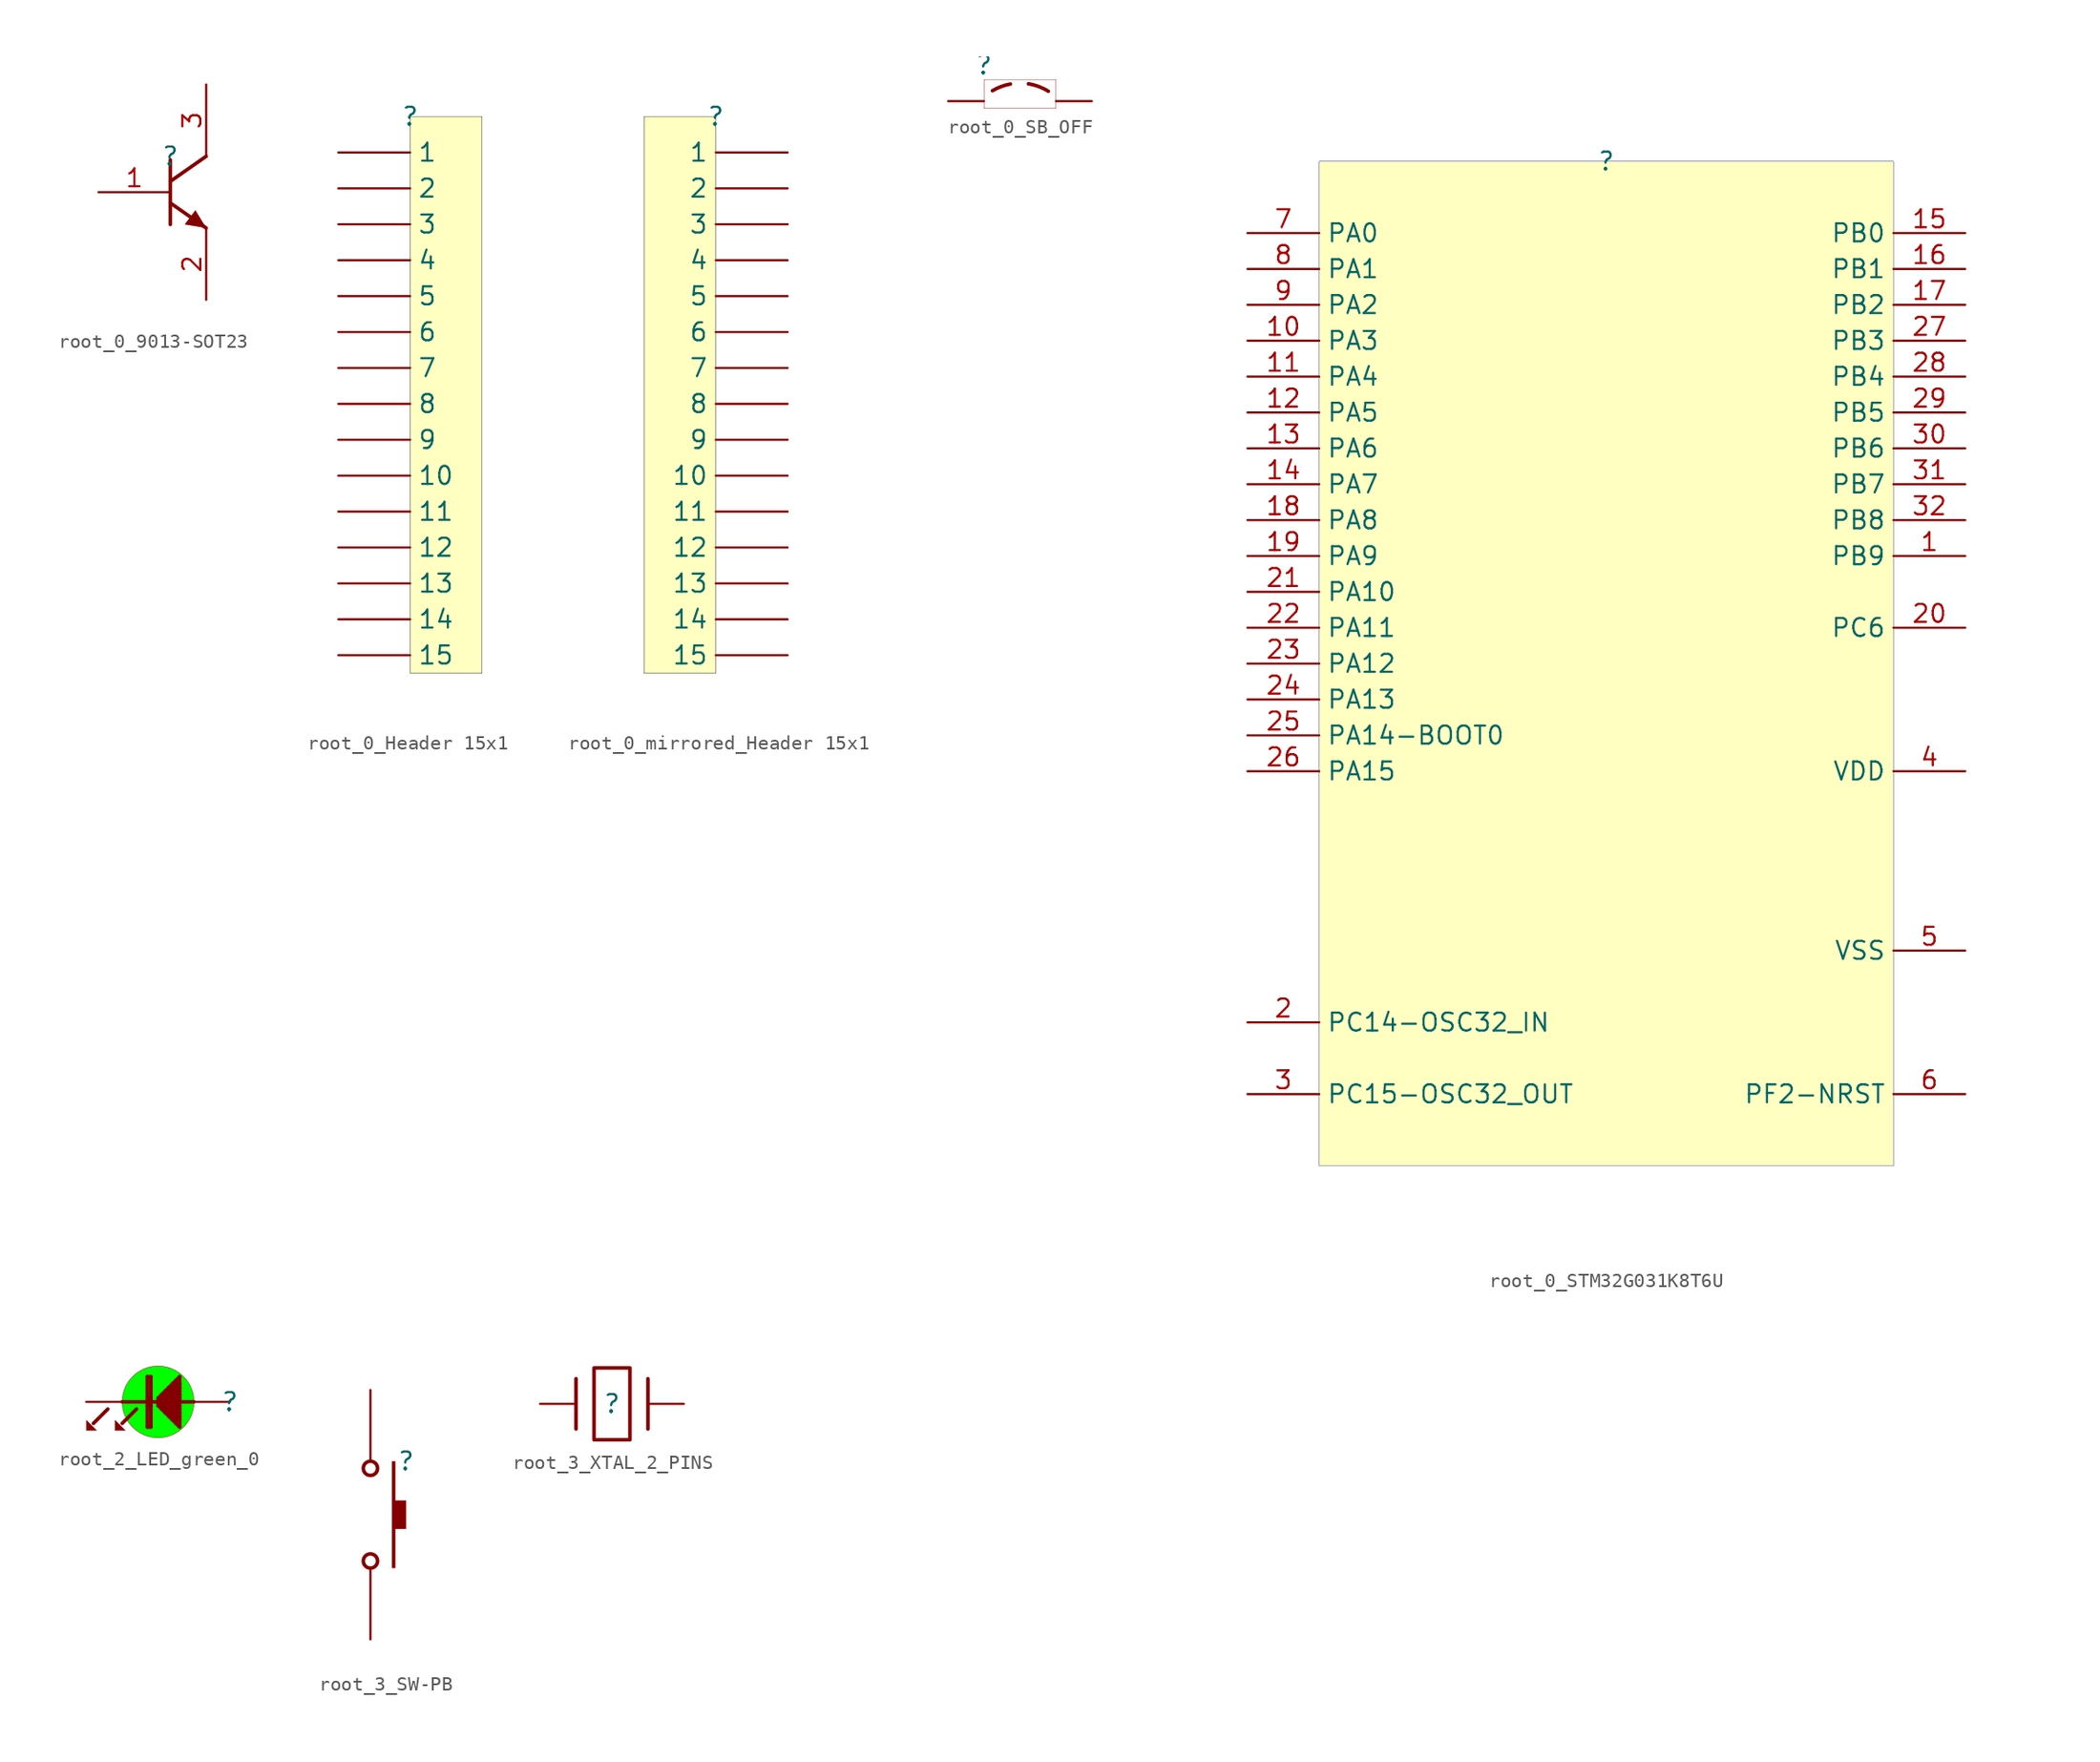
<source format=kicad_sym>
(kicad_symbol_lib
  (version 20231120)
  (generator "kicad_symbol_editor")
  (generator_version "8.0")
  (symbol "root_0_9013-SOT23"
    (property "Reference" ""
      (at 0 0 0)
      (effects (font (size 1.27 1.27))))
    (property "Value" ""
      (at 0 0 0)
      (effects (font (size 1.27 1.27))))
    (symbol "root_0_9013-SOT23_1_0"
      (polyline (pts (xy 0 -3.302) (xy 2.54 -5.08)) (stroke (width 0.254) (type solid)) (fill (type none)))
      (polyline (pts (xy 0 -0.254) (xy 0 -4.826)) (stroke (width 0.254) (type solid)) (fill (type none)))
      (polyline (pts (xy 2.54 0) (xy 0 -1.778)) (stroke (width 0.254) (type solid)) (fill (type none)))
      (polyline (pts (xy 2.54 -5.08) (xy 1.778 -3.81) (xy 1.016 -4.826) (xy 2.54 -5.08)) (stroke (width -0.0001) (type solid)) (fill (type outline)))
      (pin passive line (at -5.08 -2.54 0) (length 5.08) (name "B" (effects (font (size 0 0)))) (number "1" (effects (font (size 1.27 1.27)))))
      (pin passive line (at 2.54 -10.16 90) (length 5.08) (name "E" (effects (font (size 0 0)))) (number "2" (effects (font (size 1.27 1.27)))))
      (pin passive line (at 2.54 5.08 270) (length 5.08) (name "C" (effects (font (size 0 0)))) (number "3" (effects (font (size 1.27 1.27)))))))
  (symbol "root_0_Header 15x1"
    (property "Reference" ""
      (at 0 0 0)
      (effects (font (size 1.27 1.27))))
    (property "Value" ""
      (at 0 0 0)
      (effects (font (size 1.27 1.27))))
    (symbol "root_0_Header 15x1_1_0"
      (rectangle (start 5.08 0) (end 0 -39.37) (stroke (width 0.025) (type solid) (color 0 0 0 1)) (fill (type background)))
      (pin passive line (at -5.08 -2.54 0) (length 5.08) (name "1" (effects (font (size 1.27 1.27)))) (number "1" (effects (font (size 0 0)))))
      (pin passive line (at -5.08 -25.4 0) (length 5.08) (name "10" (effects (font (size 1.27 1.27)))) (number "10" (effects (font (size 0 0)))))
      (pin passive line (at -5.08 -27.94 0) (length 5.08) (name "11" (effects (font (size 1.27 1.27)))) (number "11" (effects (font (size 0 0)))))
      (pin passive line (at -5.08 -30.48 0) (length 5.08) (name "12" (effects (font (size 1.27 1.27)))) (number "12" (effects (font (size 0 0)))))
      (pin passive line (at -5.08 -33.02 0) (length 5.08) (name "13" (effects (font (size 1.27 1.27)))) (number "13" (effects (font (size 0 0)))))
      (pin passive line (at -5.08 -35.56 0) (length 5.08) (name "14" (effects (font (size 1.27 1.27)))) (number "14" (effects (font (size 0 0)))))
      (pin passive line (at -5.08 -38.1 0) (length 5.08) (name "15" (effects (font (size 1.27 1.27)))) (number "15" (effects (font (size 0 0)))))
      (pin passive line (at -5.08 -5.08 0) (length 5.08) (name "2" (effects (font (size 1.27 1.27)))) (number "2" (effects (font (size 0 0)))))
      (pin passive line (at -5.08 -7.62 0) (length 5.08) (name "3" (effects (font (size 1.27 1.27)))) (number "3" (effects (font (size 0 0)))))
      (pin passive line (at -5.08 -10.16 0) (length 5.08) (name "4" (effects (font (size 1.27 1.27)))) (number "4" (effects (font (size 0 0)))))
      (pin passive line (at -5.08 -12.7 0) (length 5.08) (name "5" (effects (font (size 1.27 1.27)))) (number "5" (effects (font (size 0 0)))))
      (pin passive line (at -5.08 -15.24 0) (length 5.08) (name "6" (effects (font (size 1.27 1.27)))) (number "6" (effects (font (size 0 0)))))
      (pin passive line (at -5.08 -17.78 0) (length 5.08) (name "7" (effects (font (size 1.27 1.27)))) (number "7" (effects (font (size 0 0)))))
      (pin passive line (at -5.08 -20.32 0) (length 5.08) (name "8" (effects (font (size 1.27 1.27)))) (number "8" (effects (font (size 0 0)))))
      (pin passive line (at -5.08 -22.86 0) (length 5.08) (name "9" (effects (font (size 1.27 1.27)))) (number "9" (effects (font (size 0 0)))))))
  (symbol "root_0_mirrored_Header 15x1"
    (property "Reference" ""
      (at 0 0 0)
      (effects (font (size 1.27 1.27))))
    (property "Value" ""
      (at 0 0 0)
      (effects (font (size 1.27 1.27))))
    (symbol "root_0_mirrored_Header 15x1_1_0"
      (rectangle (start 0 0) (end -5.08 -39.37) (stroke (width 0.025) (type solid) (color 0 0 0 1)) (fill (type background)))
      (pin passive line (at 5.08 -2.54 180) (length 5.08) (name "1" (effects (font (size 1.27 1.27)))) (number "1" (effects (font (size 0 0)))))
      (pin passive line (at 5.08 -25.4 180) (length 5.08) (name "10" (effects (font (size 1.27 1.27)))) (number "10" (effects (font (size 0 0)))))
      (pin passive line (at 5.08 -27.94 180) (length 5.08) (name "11" (effects (font (size 1.27 1.27)))) (number "11" (effects (font (size 0 0)))))
      (pin passive line (at 5.08 -30.48 180) (length 5.08) (name "12" (effects (font (size 1.27 1.27)))) (number "12" (effects (font (size 0 0)))))
      (pin passive line (at 5.08 -33.02 180) (length 5.08) (name "13" (effects (font (size 1.27 1.27)))) (number "13" (effects (font (size 0 0)))))
      (pin passive line (at 5.08 -35.56 180) (length 5.08) (name "14" (effects (font (size 1.27 1.27)))) (number "14" (effects (font (size 0 0)))))
      (pin passive line (at 5.08 -38.1 180) (length 5.08) (name "15" (effects (font (size 1.27 1.27)))) (number "15" (effects (font (size 0 0)))))
      (pin passive line (at 5.08 -5.08 180) (length 5.08) (name "2" (effects (font (size 1.27 1.27)))) (number "2" (effects (font (size 0 0)))))
      (pin passive line (at 5.08 -7.62 180) (length 5.08) (name "3" (effects (font (size 1.27 1.27)))) (number "3" (effects (font (size 0 0)))))
      (pin passive line (at 5.08 -10.16 180) (length 5.08) (name "4" (effects (font (size 1.27 1.27)))) (number "4" (effects (font (size 0 0)))))
      (pin passive line (at 5.08 -12.7 180) (length 5.08) (name "5" (effects (font (size 1.27 1.27)))) (number "5" (effects (font (size 0 0)))))
      (pin passive line (at 5.08 -15.24 180) (length 5.08) (name "6" (effects (font (size 1.27 1.27)))) (number "6" (effects (font (size 0 0)))))
      (pin passive line (at 5.08 -17.78 180) (length 5.08) (name "7" (effects (font (size 1.27 1.27)))) (number "7" (effects (font (size 0 0)))))
      (pin passive line (at 5.08 -20.32 180) (length 5.08) (name "8" (effects (font (size 1.27 1.27)))) (number "8" (effects (font (size 0 0)))))
      (pin passive line (at 5.08 -22.86 180) (length 5.08) (name "9" (effects (font (size 1.27 1.27)))) (number "9" (effects (font (size 0 0)))))))
  (symbol "root_0_SB_OFF"
    (property "Reference" ""
      (at 0 0 0)
      (effects (font (size 1.27 1.27))))
    (property "Value" ""
      (at 0 0 0)
      (effects (font (size 1.27 1.27))))
    (symbol "root_0_SB_OFF_1_0"
      (arc (start 1.8657 -1.3301) (mid 1.2098 -1.5097) (end 0.5963 -1.803) (stroke (width 0.254) (type solid)) (fill (type none)))
      (arc (start 4.5471 -1.8415) (mid 3.8681 -1.509) (end 3.1369 -1.317) (stroke (width 0.254) (type solid)) (fill (type none)))
      (rectangle (start 5.08 -1.016) (end 0 -3.048) (stroke (width 0.025) (type solid) (color 128 0 0 1)) (fill (type color) (color 255 255 255 0.5)))
      (pin passive line (at -2.54 -2.54 0) (length 2.54) (name "1" (effects (font (size 0 0)))) (number "1" (effects (font (size 0 0)))))
      (pin passive line (at 7.62 -2.54 180) (length 2.54) (name "2" (effects (font (size 0 0)))) (number "2" (effects (font (size 0 0)))))))
  (symbol "root_0_STM32G031K8T6U"
    (property "Reference" ""
      (at 0 0 0)
      (effects (font (size 1.27 1.27))))
    (property "Value" ""
      (at 0 0 0)
      (effects (font (size 1.27 1.27))))
    (symbol "root_0_STM32G031K8T6U_1_0"
      (rectangle (start 20.32 0) (end -20.32 -71.12) (stroke (width 0.025) (type solid) (color 0 0 128 1)) (fill (type background)))
      (pin passive line (at 25.4 -27.94 180) (length 5.08) (name "PB9" (effects (font (size 1.27 1.27)))) (number "1" (effects (font (size 1.27 1.27)))))
      (pin passive line (at -25.4 -12.7 0) (length 5.08) (name "PA3" (effects (font (size 1.27 1.27)))) (number "10" (effects (font (size 1.27 1.27)))))
      (pin passive line (at -25.4 -15.24 0) (length 5.08) (name "PA4" (effects (font (size 1.27 1.27)))) (number "11" (effects (font (size 1.27 1.27)))))
      (pin passive line (at -25.4 -17.78 0) (length 5.08) (name "PA5" (effects (font (size 1.27 1.27)))) (number "12" (effects (font (size 1.27 1.27)))))
      (pin passive line (at -25.4 -20.32 0) (length 5.08) (name "PA6" (effects (font (size 1.27 1.27)))) (number "13" (effects (font (size 1.27 1.27)))))
      (pin passive line (at -25.4 -22.86 0) (length 5.08) (name "PA7" (effects (font (size 1.27 1.27)))) (number "14" (effects (font (size 1.27 1.27)))))
      (pin passive line (at 25.4 -5.08 180) (length 5.08) (name "PB0" (effects (font (size 1.27 1.27)))) (number "15" (effects (font (size 1.27 1.27)))))
      (pin passive line (at 25.4 -7.62 180) (length 5.08) (name "PB1" (effects (font (size 1.27 1.27)))) (number "16" (effects (font (size 1.27 1.27)))))
      (pin passive line (at 25.4 -10.16 180) (length 5.08) (name "PB2" (effects (font (size 1.27 1.27)))) (number "17" (effects (font (size 1.27 1.27)))))
      (pin passive line (at -25.4 -25.4 0) (length 5.08) (name "PA8" (effects (font (size 1.27 1.27)))) (number "18" (effects (font (size 1.27 1.27)))))
      (pin passive line (at -25.4 -27.94 0) (length 5.08) (name "PA9" (effects (font (size 1.27 1.27)))) (number "19" (effects (font (size 1.27 1.27)))))
      (pin passive line (at -25.4 -60.96 0) (length 5.08) (name "PC14-OSC32_IN" (effects (font (size 1.27 1.27)))) (number "2" (effects (font (size 1.27 1.27)))))
      (pin passive line (at 25.4 -33.02 180) (length 5.08) (name "PC6" (effects (font (size 1.27 1.27)))) (number "20" (effects (font (size 1.27 1.27)))))
      (pin passive line (at -25.4 -30.48 0) (length 5.08) (name "PA10" (effects (font (size 1.27 1.27)))) (number "21" (effects (font (size 1.27 1.27)))))
      (pin passive line (at -25.4 -33.02 0) (length 5.08) (name "PA11" (effects (font (size 1.27 1.27)))) (number "22" (effects (font (size 1.27 1.27)))))
      (pin passive line (at -25.4 -35.56 0) (length 5.08) (name "PA12" (effects (font (size 1.27 1.27)))) (number "23" (effects (font (size 1.27 1.27)))))
      (pin passive line (at -25.4 -38.1 0) (length 5.08) (name "PA13" (effects (font (size 1.27 1.27)))) (number "24" (effects (font (size 1.27 1.27)))))
      (pin passive line (at -25.4 -40.64 0) (length 5.08) (name "PA14-BOOT0" (effects (font (size 1.27 1.27)))) (number "25" (effects (font (size 1.27 1.27)))))
      (pin passive line (at -25.4 -43.18 0) (length 5.08) (name "PA15" (effects (font (size 1.27 1.27)))) (number "26" (effects (font (size 1.27 1.27)))))
      (pin passive line (at 25.4 -12.7 180) (length 5.08) (name "PB3" (effects (font (size 1.27 1.27)))) (number "27" (effects (font (size 1.27 1.27)))))
      (pin passive line (at 25.4 -15.24 180) (length 5.08) (name "PB4" (effects (font (size 1.27 1.27)))) (number "28" (effects (font (size 1.27 1.27)))))
      (pin passive line (at 25.4 -17.78 180) (length 5.08) (name "PB5" (effects (font (size 1.27 1.27)))) (number "29" (effects (font (size 1.27 1.27)))))
      (pin passive line (at -25.4 -66.04 0) (length 5.08) (name "PC15-OSC32_OUT" (effects (font (size 1.27 1.27)))) (number "3" (effects (font (size 1.27 1.27)))))
      (pin passive line (at 25.4 -20.32 180) (length 5.08) (name "PB6" (effects (font (size 1.27 1.27)))) (number "30" (effects (font (size 1.27 1.27)))))
      (pin passive line (at 25.4 -22.86 180) (length 5.08) (name "PB7" (effects (font (size 1.27 1.27)))) (number "31" (effects (font (size 1.27 1.27)))))
      (pin passive line (at 25.4 -25.4 180) (length 5.08) (name "PB8" (effects (font (size 1.27 1.27)))) (number "32" (effects (font (size 1.27 1.27)))))
      (pin passive line (at 25.4 -43.18 180) (length 5.08) (name "VDD" (effects (font (size 1.27 1.27)))) (number "4" (effects (font (size 1.27 1.27)))))
      (pin passive line (at 25.4 -55.88 180) (length 5.08) (name "VSS" (effects (font (size 1.27 1.27)))) (number "5" (effects (font (size 1.27 1.27)))))
      (pin passive line (at 25.4 -66.04 180) (length 5.08) (name "PF2-NRST" (effects (font (size 1.27 1.27)))) (number "6" (effects (font (size 1.27 1.27)))))
      (pin passive line (at -25.4 -5.08 0) (length 5.08) (name "PA0" (effects (font (size 1.27 1.27)))) (number "7" (effects (font (size 1.27 1.27)))))
      (pin passive line (at -25.4 -7.62 0) (length 5.08) (name "PA1" (effects (font (size 1.27 1.27)))) (number "8" (effects (font (size 1.27 1.27)))))
      (pin passive line (at -25.4 -10.16 0) (length 5.08) (name "PA2" (effects (font (size 1.27 1.27)))) (number "9" (effects (font (size 1.27 1.27)))))))
  (symbol "root_2_LED_green_0"
    (property "Reference" ""
      (at 0 0 0)
      (effects (font (size 1.27 1.27))))
    (property "Value" ""
      (at 0 0 0)
      (effects (font (size 1.27 1.27))))
    (symbol "root_2_LED_green_0_1_0"
      (circle (center -5.08 0) (radius 2.54) (stroke (width 0.025) (type solid)) (fill (type color) (color 0 255 0 1)))
      (polyline (pts (xy -8.636 -0.508) (xy -9.652 -1.524)) (stroke (width 0.254) (type solid)) (fill (type none)))
      (polyline (pts (xy -6.604 -0.508) (xy -7.62 -1.524)) (stroke (width 0.254) (type solid)) (fill (type none)))
      (polyline (pts (xy -5.842 -1.778) (xy -5.842 1.778)) (stroke (width 0.254) (type solid)) (fill (type none)))
      (polyline (pts (xy -5.588 -1.778) (xy -5.842 -1.778)) (stroke (width 0.254) (type solid)) (fill (type none)))
      (polyline (pts (xy -5.588 -1.778) (xy -5.588 1.778)) (stroke (width 0.254) (type solid)) (fill (type none)))
      (polyline (pts (xy -5.588 -0.254) (xy -5.842 -0.254)) (stroke (width 0.254) (type solid)) (fill (type none)))
      (polyline (pts (xy -5.588 0.254) (xy -5.842 0.254)) (stroke (width 0.254) (type solid)) (fill (type none)))
      (polyline (pts (xy -5.588 1.778) (xy -5.842 1.778)) (stroke (width 0.254) (type solid)) (fill (type none)))
      (polyline (pts (xy -5.08 -0.254) (xy -5.08 0.254)) (stroke (width 0.254) (type solid)) (fill (type none)))
      (polyline (pts (xy -5.08 0.254) (xy -3.556 1.778)) (stroke (width 0.254) (type solid)) (fill (type none)))
      (polyline (pts (xy -4.826 -0.508) (xy -4.826 0.508)) (stroke (width 0.254) (type solid)) (fill (type none)))
      (polyline (pts (xy -4.572 -0.762) (xy -4.572 0.762)) (stroke (width 0.254) (type solid)) (fill (type none)))
      (polyline (pts (xy -4.318 -1.016) (xy -4.318 1.016)) (stroke (width 0.254) (type solid)) (fill (type none)))
      (polyline (pts (xy -4.064 -1.27) (xy -4.064 1.27)) (stroke (width 0.254) (type solid)) (fill (type none)))
      (polyline (pts (xy -3.81 -1.524) (xy -3.81 1.524)) (stroke (width 0.254) (type solid)) (fill (type none)))
      (polyline (pts (xy -3.556 -1.778) (xy -5.08 -0.254)) (stroke (width 0.254) (type solid)) (fill (type none)))
      (polyline (pts (xy -3.556 -1.778) (xy -3.556 1.778)) (stroke (width 0.254) (type solid)) (fill (type none)))
      (polyline (pts (xy -3.556 -1.27) (xy -4.064 -1.27)) (stroke (width 0.254) (type solid)) (fill (type none)))
      (polyline (pts (xy -3.556 -1.016) (xy -4.318 -1.016)) (stroke (width 0.254) (type solid)) (fill (type none)))
      (polyline (pts (xy -3.556 -0.762) (xy -4.572 -0.762)) (stroke (width 0.254) (type solid)) (fill (type none)))
      (polyline (pts (xy -3.556 -0.508) (xy -4.826 -0.508)) (stroke (width 0.254) (type solid)) (fill (type none)))
      (polyline (pts (xy -3.556 -0.254) (xy -5.08 -0.254)) (stroke (width 0.254) (type solid)) (fill (type none)))
      (polyline (pts (xy -3.556 0.254) (xy -5.08 0.254)) (stroke (width 0.254) (type solid)) (fill (type none)))
      (polyline (pts (xy -3.556 0.508) (xy -4.826 0.508)) (stroke (width 0.254) (type solid)) (fill (type none)))
      (polyline (pts (xy -3.556 0.762) (xy -4.572 0.762)) (stroke (width 0.254) (type solid)) (fill (type none)))
      (polyline (pts (xy -3.556 1.016) (xy -4.318 1.016)) (stroke (width 0.254) (type solid)) (fill (type none)))
      (polyline (pts (xy -3.556 1.27) (xy -4.064 1.27)) (stroke (width 0.254) (type solid)) (fill (type none)))
      (polyline (pts (xy -2.54 0) (xy -7.62 0)) (stroke (width 0.254) (type solid)) (fill (type none)))
      (polyline (pts (xy -9.398 -2.032) (xy -10.16 -2.032) (xy -10.16 -1.27) (xy -9.398 -2.032)) (stroke (width -0.0001) (type solid)) (fill (type outline)))
      (polyline (pts (xy -7.366 -2.032) (xy -8.128 -2.032) (xy -8.128 -1.27) (xy -7.366 -2.032)) (stroke (width -0.0001) (type solid)) (fill (type outline)))
      (pin passive line (at 0 0 180) (length 2.54) (name "" (effects (font (size 0 0)))) (number "1" (effects (font (size 0 0)))))
      (pin passive line (at -10.16 0 0) (length 2.54) (name "" (effects (font (size 0 0)))) (number "2" (effects (font (size 0 0)))))))
  (symbol "root_3_SW-PB"
    (property "Reference" ""
      (at 0 0 0)
      (effects (font (size 1.27 1.27))))
    (property "Value" ""
      (at 0 0 0)
      (effects (font (size 1.27 1.27))))
    (symbol "root_3_SW-PB_1_0"
      (circle (center -2.54 -7.112) (radius 0.508) (stroke (width 0.254) (type solid)) (fill (type none)))
      (circle (center -2.54 -0.508) (radius 0.508) (stroke (width 0.254) (type solid)) (fill (type none)))
      (polyline (pts (xy -0.762 0) (xy -1.016 0) (xy -1.016 -7.62) (xy -0.762 -7.62) (xy -0.762 -4.826) (xy 0 -4.826) (xy 0 -2.794) (xy -0.762 -2.794) (xy -0.762 0)) (stroke (width -0.0001) (type solid)) (fill (type outline)))
      (pin passive line (at -2.54 5.08 270) (length 5.08) (name "1" (effects (font (size 0 0)))) (number "1" (effects (font (size 0 0)))))
      (pin passive line (at -2.54 -12.7 90) (length 5.08) (name "2" (effects (font (size 0 0)))) (number "2" (effects (font (size 0 0)))))))
  (symbol "root_3_XTAL_2_PINS"
    (property "Reference" ""
      (at 0 0 0)
      (effects (font (size 1.27 1.27))))
    (property "Value" ""
      (at 0 0 0)
      (effects (font (size 1.27 1.27))))
    (symbol "root_3_XTAL_2_PINS_1_0"
      (polyline (pts (xy -2.54 -1.778) (xy -2.54 1.778)) (stroke (width 0.254) (type solid)) (fill (type none)))
      (polyline (pts (xy 2.54 -1.778) (xy 2.54 1.778)) (stroke (width 0.254) (type solid)) (fill (type none)))
      (rectangle (start 1.27 2.54) (end -1.27 -2.54) (stroke (width 0.254) (type solid)) (fill (type color) (color 255 255 255 0.5)))
      (pin passive line (at -5.08 0 0) (length 2.54) (name "X1" (effects (font (size 0 0)))) (number "1" (effects (font (size 0 0)))))
      (pin passive line (at 5.08 0 180) (length 2.54) (name "X2" (effects (font (size 0 0)))) (number "2" (effects (font (size 0 0))))))))
</source>
